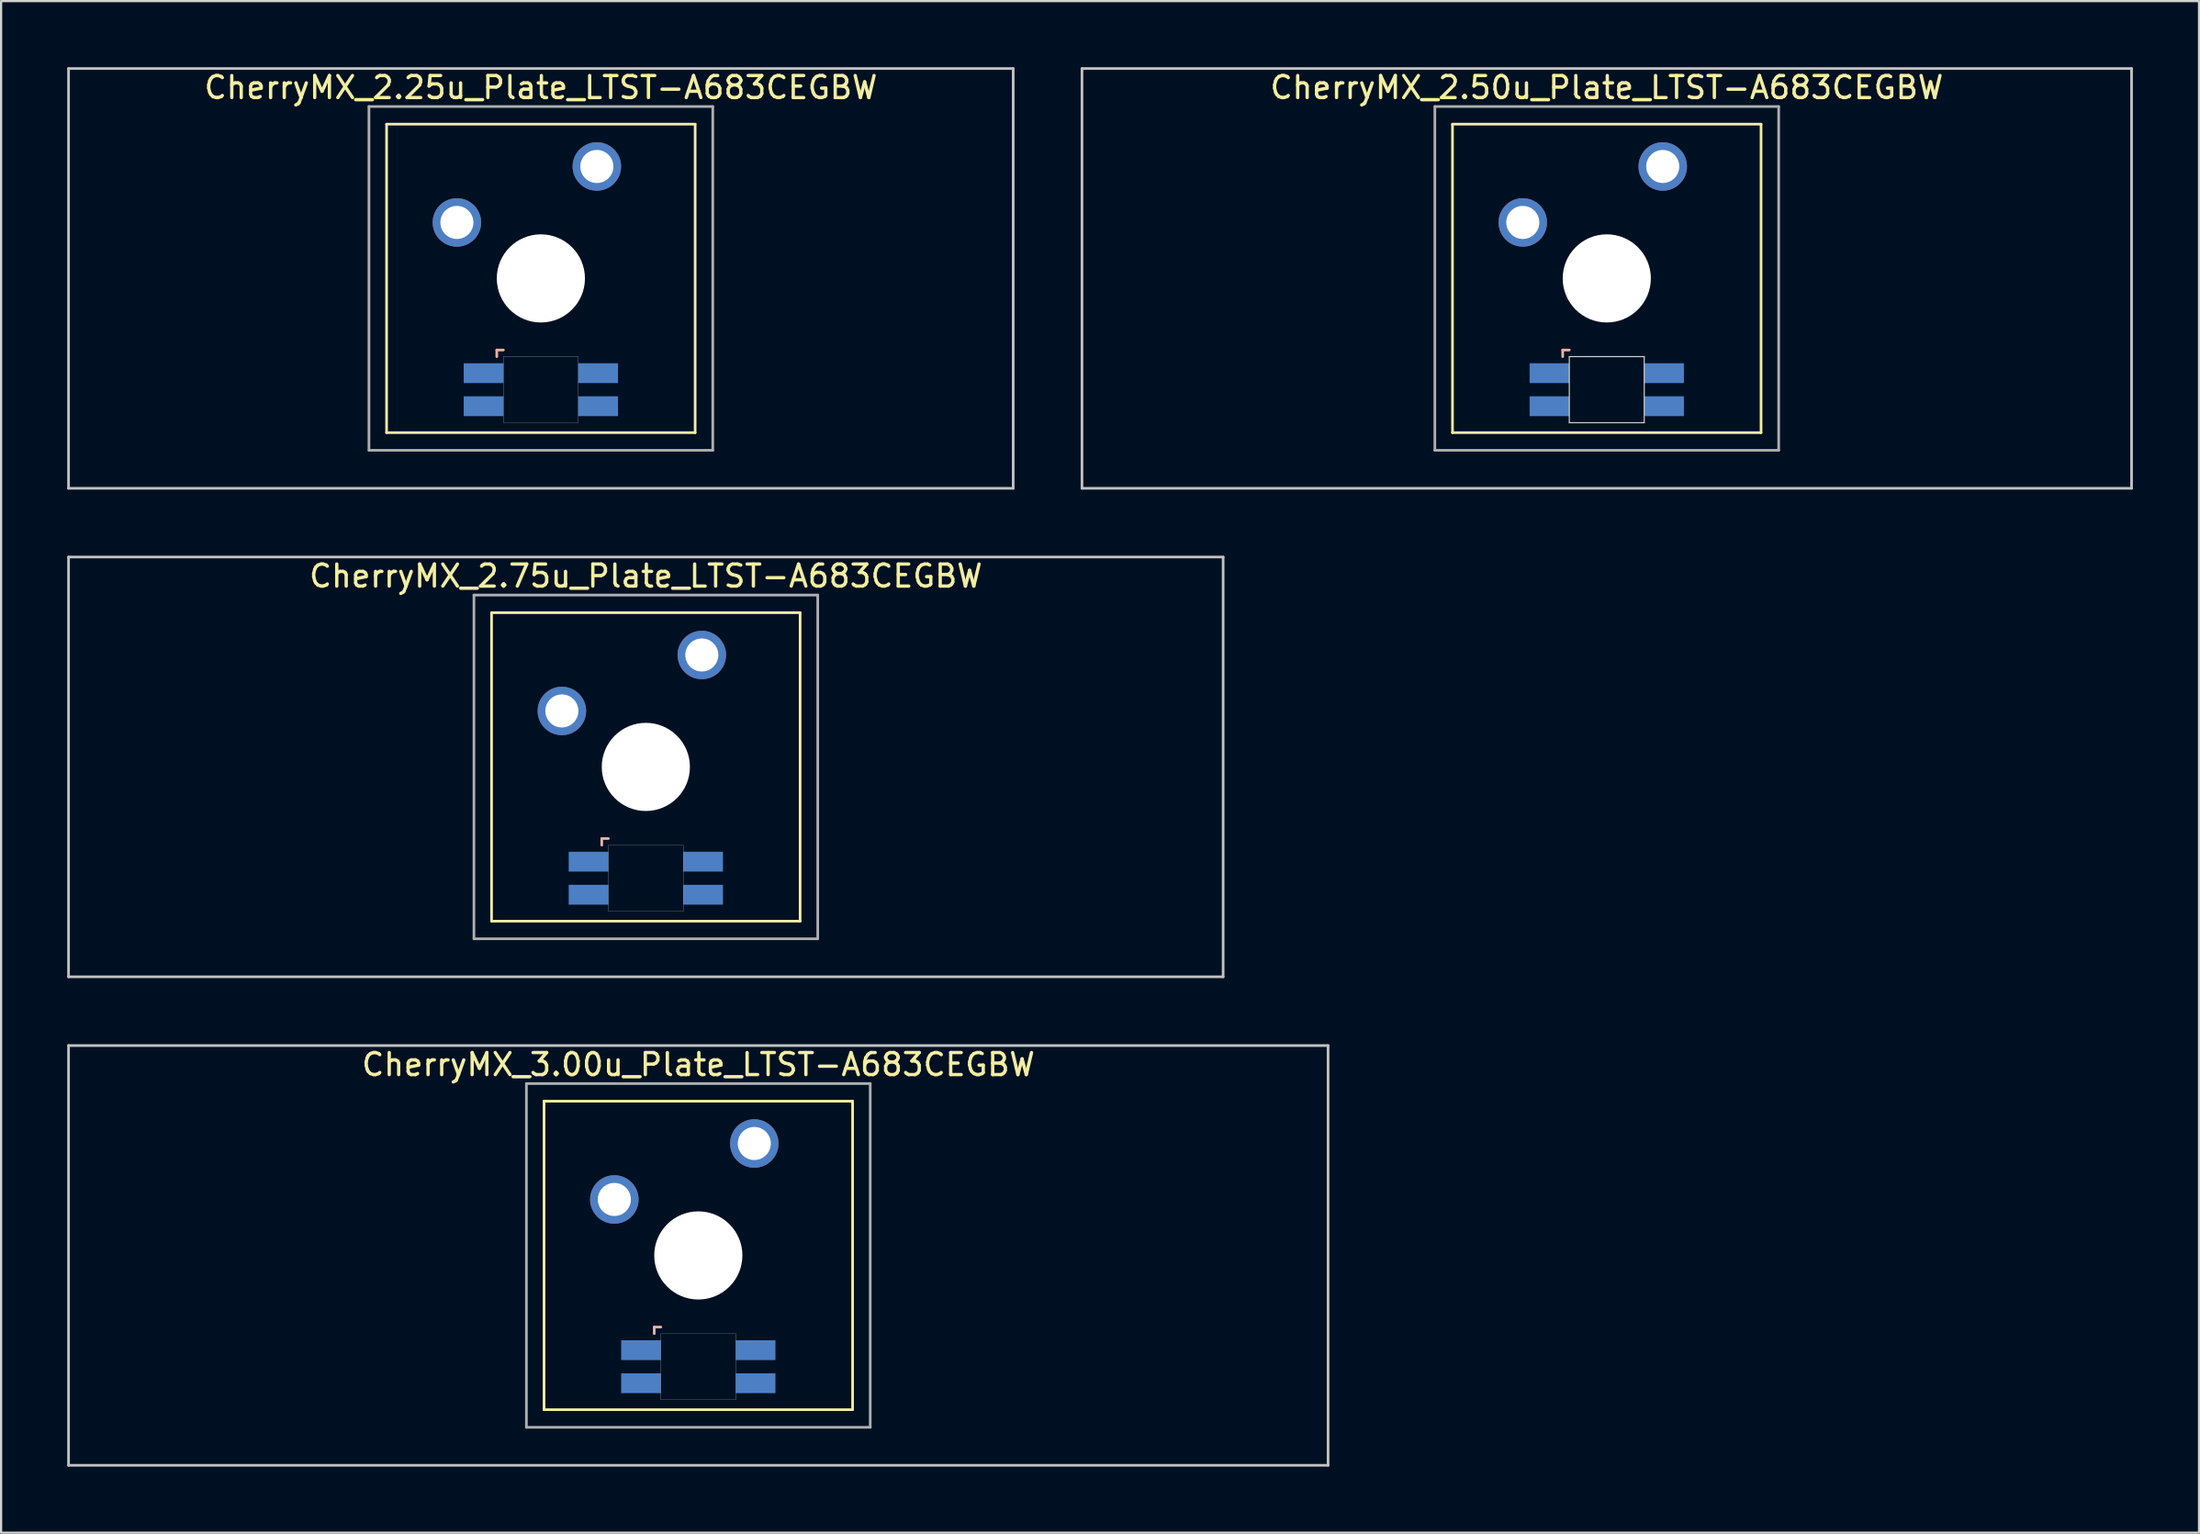
<source format=kicad_pcb>
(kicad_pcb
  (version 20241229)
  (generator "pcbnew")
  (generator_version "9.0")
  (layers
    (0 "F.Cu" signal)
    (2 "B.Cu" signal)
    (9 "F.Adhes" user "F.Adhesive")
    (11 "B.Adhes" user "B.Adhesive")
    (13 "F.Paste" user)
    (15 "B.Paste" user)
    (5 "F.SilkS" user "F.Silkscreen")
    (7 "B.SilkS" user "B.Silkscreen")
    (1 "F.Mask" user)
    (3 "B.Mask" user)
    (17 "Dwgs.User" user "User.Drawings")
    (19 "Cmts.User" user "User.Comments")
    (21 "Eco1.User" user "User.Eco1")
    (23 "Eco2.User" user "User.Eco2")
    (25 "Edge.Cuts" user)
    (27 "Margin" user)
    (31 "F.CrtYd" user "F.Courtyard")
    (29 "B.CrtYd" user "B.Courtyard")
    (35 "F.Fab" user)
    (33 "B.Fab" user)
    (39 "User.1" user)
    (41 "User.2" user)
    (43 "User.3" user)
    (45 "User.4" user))
  (footprint "CherryMX_3.00u_Plate_LTST-A683CEGBW"
    (layer "F.Cu")
    (at 28.635 53.925)
    (property "Reference" "CherryMX_3.00u_Plate_LTST-A683CEGBW" (at 0 -8.662 0) (layer "F.SilkS") (effects (font (size 1 1) (thickness 0.15))))
    (attr through_hole)
    (fp_line (start -7 -7) (end -7 7) (stroke (width 0.12) (type solid)) (layer "F.SilkS"))
    (fp_line (start -7 -7) (end 7 -7) (stroke (width 0.12) (type solid)) (layer "F.SilkS"))
    (fp_line (start 7 -7) (end 7 7) (stroke (width 0.12) (type solid)) (layer "F.SilkS"))
    (fp_line (start 7 7) (end -7 7) (stroke (width 0.12) (type solid)) (layer "F.SilkS"))
    (fp_line (start -2 3.25) (end -2 3.55) (stroke (width 0.12) (type solid)) (layer "B.SilkS"))
    (fp_line (start -1.7 3.25) (end -2 3.25) (stroke (width 0.12) (type solid)) (layer "B.SilkS"))
    (fp_line (start -28.575 -9.525) (end 28.575 -9.525) (stroke (width 0.12) (type solid)) (layer "Dwgs.User"))
    (fp_line (start -28.575 9.525) (end -28.575 -9.525) (stroke (width 0.12) (type solid)) (layer "Dwgs.User"))
    (fp_line (start 28.575 -9.525) (end 28.575 9.525) (stroke (width 0.12) (type solid)) (layer "Dwgs.User"))
    (fp_line (start 28.575 9.525) (end -28.575 9.525) (stroke (width 0.12) (type solid)) (layer "Dwgs.User"))
    (fp_poly (pts (xy 1.7 6.55) (xy -1.7 6.55) (xy -1.7 3.55) (xy 1.7 3.55)) (stroke (width 0.01) (type solid)) (fill no) (layer "Edge.Cuts"))
    (fp_line (start -7.8 -7.8) (end -7.8 7.8) (stroke (width 0.12) (type solid)) (layer "F.Fab"))
    (fp_line (start -7.8 -7.8) (end 7.8 -7.8) (stroke (width 0.12) (type solid)) (layer "F.Fab"))
    (fp_line (start -7.8 7.8) (end 7.8 7.8) (stroke (width 0.12) (type solid)) (layer "F.Fab"))
    (fp_line (start 7.8 -7.8) (end 7.8 7.8) (stroke (width 0.12) (type solid)) (layer "F.Fab"))
    (pad "" np_thru_hole circle (at 0 0) (size 4 4) (drill 4) (layers "*.Cu" "*.Mask"))
    (pad "1" thru_hole circle (at -3.81 -2.54) (size 2.2 2.2) (drill 1.5) (layers "*.Cu" "*.Mask"))
    (pad "2" thru_hole circle (at 2.54 -5.08) (size 2.2 2.2) (drill 1.5) (layers "*.Cu" "*.Mask"))
    (pad "3" smd rect (at -2.6 4.3) (size 1.8 0.9) (layers "B.Cu" "B.Mask" "B.Paste"))
    (pad "4" smd rect (at -2.6 5.8) (size 1.8 0.9) (layers "B.Cu" "B.Mask" "B.Paste"))
    (pad "5" smd rect (at 2.6 4.3) (size 1.8 0.9) (layers "B.Cu" "B.Mask" "B.Paste"))
    (pad "6" smd rect (at 2.6 5.8) (size 1.8 0.9) (layers "B.Cu" "B.Mask" "B.Paste")))
  (footprint "CherryMX_2.50u_Plate_LTST-A683CEGBW"
    (layer "F.Cu")
    (at 69.855 9.585)
    (property "Reference" "CherryMX_2.50u_Plate_LTST-A683CEGBW" (at 0 -8.662 0) (layer "F.SilkS") (effects (font (size 1 1) (thickness 0.15))))
    (attr through_hole)
    (fp_line (start -7 -7) (end -7 7) (stroke (width 0.12) (type solid)) (layer "F.SilkS"))
    (fp_line (start -7 -7) (end 7 -7) (stroke (width 0.12) (type solid)) (layer "F.SilkS"))
    (fp_line (start 7 -7) (end 7 7) (stroke (width 0.12) (type solid)) (layer "F.SilkS"))
    (fp_line (start 7 7) (end -7 7) (stroke (width 0.12) (type solid)) (layer "F.SilkS"))
    (fp_line (start -2 3.25) (end -2 3.55) (stroke (width 0.12) (type solid)) (layer "B.SilkS"))
    (fp_line (start -1.7 3.25) (end -2 3.25) (stroke (width 0.12) (type solid)) (layer "B.SilkS"))
    (fp_line (start -23.812 -9.525) (end 23.812 -9.525) (stroke (width 0.12) (type solid)) (layer "Dwgs.User"))
    (fp_line (start -23.812 9.525) (end -23.812 -9.525) (stroke (width 0.12) (type solid)) (layer "Dwgs.User"))
    (fp_line (start 23.812 -9.525) (end 23.812 9.525) (stroke (width 0.12) (type solid)) (layer "Dwgs.User"))
    (fp_line (start 23.812 9.525) (end -23.812 9.525) (stroke (width 0.12) (type solid)) (layer "Dwgs.User"))
    (fp_line (start -1.7 3.55) (end 1.7 3.55) (stroke (width 0.05) (type solid)) (layer "Edge.Cuts"))
    (fp_line (start -1.7 6.55) (end -1.7 3.55) (stroke (width 0.05) (type solid)) (layer "Edge.Cuts"))
    (fp_line (start 1.7 3.55) (end 1.7 6.55) (stroke (width 0.05) (type solid)) (layer "Edge.Cuts"))
    (fp_line (start 1.7 6.55) (end -1.7 6.55) (stroke (width 0.05) (type solid)) (layer "Edge.Cuts"))
    (fp_line (start -7.8 -7.8) (end -7.8 7.8) (stroke (width 0.12) (type solid)) (layer "F.Fab"))
    (fp_line (start -7.8 -7.8) (end 7.8 -7.8) (stroke (width 0.12) (type solid)) (layer "F.Fab"))
    (fp_line (start -7.8 7.8) (end 7.8 7.8) (stroke (width 0.12) (type solid)) (layer "F.Fab"))
    (fp_line (start 7.8 -7.8) (end 7.8 7.8) (stroke (width 0.12) (type solid)) (layer "F.Fab"))
    (pad "" np_thru_hole circle (at 0 0) (size 4 4) (drill 4) (layers "*.Cu" "*.Mask"))
    (pad "1" thru_hole circle (at -3.81 -2.54) (size 2.2 2.2) (drill 1.5) (layers "*.Cu" "*.Mask"))
    (pad "2" thru_hole circle (at 2.54 -5.08) (size 2.2 2.2) (drill 1.5) (layers "*.Cu" "*.Mask"))
    (pad "3" smd rect (at -2.6 4.3) (size 1.8 0.9) (layers "B.Cu" "B.Mask" "B.Paste"))
    (pad "4" smd rect (at -2.6 5.8) (size 1.8 0.9) (layers "B.Cu" "B.Mask" "B.Paste"))
    (pad "5" smd rect (at 2.6 4.3) (size 1.8 0.9) (layers "B.Cu" "B.Mask" "B.Paste"))
    (pad "6" smd rect (at 2.6 5.8) (size 1.8 0.9) (layers "B.Cu" "B.Mask" "B.Paste")))
  (footprint "CherryMX_2.25u_Plate_LTST-A683CEGBW"
    (layer "F.Cu")
    (at 21.491 9.585)
    (property "Reference" "CherryMX_2.25u_Plate_LTST-A683CEGBW" (at 0 -8.662 0) (layer "F.SilkS") (effects (font (size 1 1) (thickness 0.15))))
    (attr through_hole)
    (fp_line (start -7 -7) (end -7 7) (stroke (width 0.12) (type solid)) (layer "F.SilkS"))
    (fp_line (start -7 -7) (end 7 -7) (stroke (width 0.12) (type solid)) (layer "F.SilkS"))
    (fp_line (start 7 -7) (end 7 7) (stroke (width 0.12) (type solid)) (layer "F.SilkS"))
    (fp_line (start 7 7) (end -7 7) (stroke (width 0.12) (type solid)) (layer "F.SilkS"))
    (fp_line (start -2 3.25) (end -2 3.55) (stroke (width 0.12) (type solid)) (layer "B.SilkS"))
    (fp_line (start -1.7 3.25) (end -2 3.25) (stroke (width 0.12) (type solid)) (layer "B.SilkS"))
    (fp_line (start -21.431 -9.525) (end 21.431 -9.525) (stroke (width 0.12) (type solid)) (layer "Dwgs.User"))
    (fp_line (start -21.431 9.525) (end -21.431 -9.525) (stroke (width 0.12) (type solid)) (layer "Dwgs.User"))
    (fp_line (start 21.431 -9.525) (end 21.431 9.525) (stroke (width 0.12) (type solid)) (layer "Dwgs.User"))
    (fp_line (start 21.431 9.525) (end -21.431 9.525) (stroke (width 0.12) (type solid)) (layer "Dwgs.User"))
    (fp_poly (pts (xy 1.7 6.55) (xy -1.7 6.55) (xy -1.7 3.55) (xy 1.7 3.55)) (stroke (width 0.01) (type solid)) (fill no) (layer "Edge.Cuts"))
    (fp_line (start -7.8 -7.8) (end -7.8 7.8) (stroke (width 0.12) (type solid)) (layer "F.Fab"))
    (fp_line (start -7.8 -7.8) (end 7.8 -7.8) (stroke (width 0.12) (type solid)) (layer "F.Fab"))
    (fp_line (start -7.8 7.8) (end 7.8 7.8) (stroke (width 0.12) (type solid)) (layer "F.Fab"))
    (fp_line (start 7.8 -7.8) (end 7.8 7.8) (stroke (width 0.12) (type solid)) (layer "F.Fab"))
    (pad "" np_thru_hole circle (at 0 0) (size 4 4) (drill 4) (layers "*.Cu" "*.Mask"))
    (pad "1" thru_hole circle (at -3.81 -2.54) (size 2.2 2.2) (drill 1.5) (layers "*.Cu" "*.Mask"))
    (pad "2" thru_hole circle (at 2.54 -5.08) (size 2.2 2.2) (drill 1.5) (layers "*.Cu" "*.Mask"))
    (pad "3" smd rect (at -2.6 4.3) (size 1.8 0.9) (layers "B.Cu" "B.Mask" "B.Paste"))
    (pad "4" smd rect (at -2.6 5.8) (size 1.8 0.9) (layers "B.Cu" "B.Mask" "B.Paste"))
    (pad "5" smd rect (at 2.6 4.3) (size 1.8 0.9) (layers "B.Cu" "B.Mask" "B.Paste"))
    (pad "6" smd rect (at 2.6 5.8) (size 1.8 0.9) (layers "B.Cu" "B.Mask" "B.Paste")))
  (footprint "CherryMX_2.75u_Plate_LTST-A683CEGBW"
    (layer "F.Cu")
    (at 26.254 31.755)
    (property "Reference" "CherryMX_2.75u_Plate_LTST-A683CEGBW" (at 0 -8.662 0) (layer "F.SilkS") (effects (font (size 1 1) (thickness 0.15))))
    (attr through_hole)
    (fp_line (start -7 -7) (end -7 7) (stroke (width 0.12) (type solid)) (layer "F.SilkS"))
    (fp_line (start -7 -7) (end 7 -7) (stroke (width 0.12) (type solid)) (layer "F.SilkS"))
    (fp_line (start 7 -7) (end 7 7) (stroke (width 0.12) (type solid)) (layer "F.SilkS"))
    (fp_line (start 7 7) (end -7 7) (stroke (width 0.12) (type solid)) (layer "F.SilkS"))
    (fp_line (start -2 3.25) (end -2 3.55) (stroke (width 0.12) (type solid)) (layer "B.SilkS"))
    (fp_line (start -1.7 3.25) (end -2 3.25) (stroke (width 0.12) (type solid)) (layer "B.SilkS"))
    (fp_line (start -26.194 -9.525) (end 26.194 -9.525) (stroke (width 0.12) (type solid)) (layer "Dwgs.User"))
    (fp_line (start -26.194 9.525) (end -26.194 -9.525) (stroke (width 0.12) (type solid)) (layer "Dwgs.User"))
    (fp_line (start 26.194 -9.525) (end 26.194 9.525) (stroke (width 0.12) (type solid)) (layer "Dwgs.User"))
    (fp_line (start 26.194 9.525) (end -26.194 9.525) (stroke (width 0.12) (type solid)) (layer "Dwgs.User"))
    (fp_poly (pts (xy 1.7 6.55) (xy -1.7 6.55) (xy -1.7 3.55) (xy 1.7 3.55)) (stroke (width 0.01) (type solid)) (fill no) (layer "Edge.Cuts"))
    (fp_line (start -7.8 -7.8) (end -7.8 7.8) (stroke (width 0.12) (type solid)) (layer "F.Fab"))
    (fp_line (start -7.8 -7.8) (end 7.8 -7.8) (stroke (width 0.12) (type solid)) (layer "F.Fab"))
    (fp_line (start -7.8 7.8) (end 7.8 7.8) (stroke (width 0.12) (type solid)) (layer "F.Fab"))
    (fp_line (start 7.8 -7.8) (end 7.8 7.8) (stroke (width 0.12) (type solid)) (layer "F.Fab"))
    (pad "" np_thru_hole circle (at 0 0) (size 4 4) (drill 4) (layers "*.Cu" "*.Mask"))
    (pad "1" thru_hole circle (at -3.81 -2.54) (size 2.2 2.2) (drill 1.5) (layers "*.Cu" "*.Mask"))
    (pad "2" thru_hole circle (at 2.54 -5.08) (size 2.2 2.2) (drill 1.5) (layers "*.Cu" "*.Mask"))
    (pad "3" smd rect (at -2.6 4.3) (size 1.8 0.9) (layers "B.Cu" "B.Mask" "B.Paste"))
    (pad "4" smd rect (at -2.6 5.8) (size 1.8 0.9) (layers "B.Cu" "B.Mask" "B.Paste"))
    (pad "5" smd rect (at 2.6 4.3) (size 1.8 0.9) (layers "B.Cu" "B.Mask" "B.Paste"))
    (pad "6" smd rect (at 2.6 5.8) (size 1.8 0.9) (layers "B.Cu" "B.Mask" "B.Paste")))
  (gr_rect
    (start -3 -3)
    (end 96.728 66.51)
    (stroke (width 0.1) (type default))
    (fill no)
    (layer "Edge.Cuts")))
</source>
